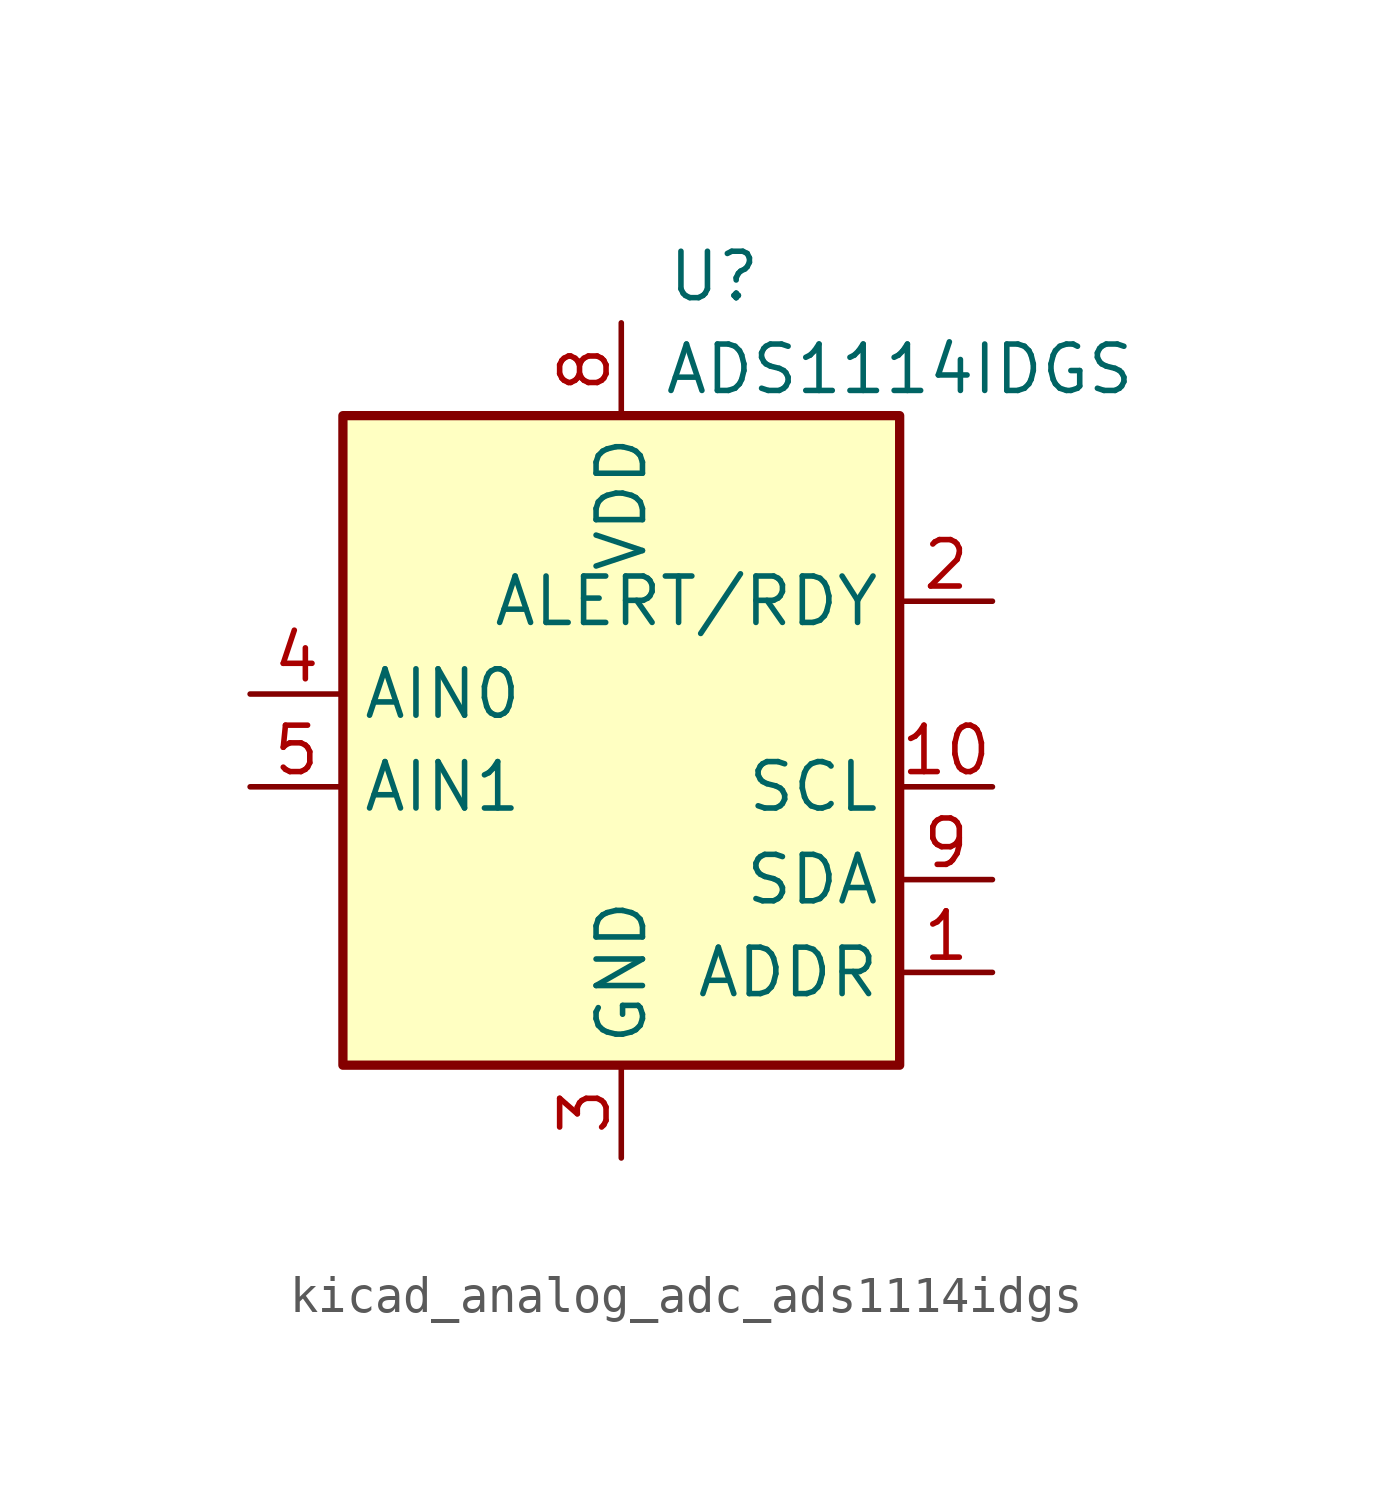
<source format=kicad_sym>
(kicad_symbol_lib
  (version 20220914)
  (generator kicad_symbol_editor)
  (symbol "kicad_analog_adc_ads1114idgs"
    (property "Reference" "U"
      (at 2.54 13.97 0)
      (effects (font (size 1.27 1.27))))
    (property "Value" "ADS1114IDGS"
      (at 7.62 11.43 0)
      (effects (font (size 1.27 1.27))))
    (symbol "kicad_analog_adc_ads1114idgs_0_1"
      (rectangle (start -7.62 10.16) (end 7.62 -7.62) (stroke (width 0.254) (type default)) (fill (type background))))
    (symbol "kicad_analog_adc_ads1114idgs_1_1"
      (pin input line (at 10.16 -5.08 180) (length 2.54) (name "ADDR" (effects (font (size 1.27 1.27)))) (number "1" (effects (font (size 1.27 1.27)))))
      (pin input line (at 10.16 0 180) (length 2.54) (name "SCL" (effects (font (size 1.27 1.27)))) (number "10" (effects (font (size 1.27 1.27)))))
      (pin output line (at 10.16 5.08 180) (length 2.54) (name "ALERT/RDY" (effects (font (size 1.27 1.27)))) (number "2" (effects (font (size 1.27 1.27)))))
      (pin power_in line (at 0 -10.16 90) (length 2.54) (name "GND" (effects (font (size 1.27 1.27)))) (number "3" (effects (font (size 1.27 1.27)))))
      (pin input line (at -10.16 2.54 0) (length 2.54) (name "AIN0" (effects (font (size 1.27 1.27)))) (number "4" (effects (font (size 1.27 1.27)))))
      (pin input line (at -10.16 0 0) (length 2.54) (name "AIN1" (effects (font (size 1.27 1.27)))) (number "5" (effects (font (size 1.27 1.27)))))
      (pin no_connect line (at -7.62 7.62 0) (length 2.54) hide (name "~" (effects (font (size 1.27 1.27)))) (number "6" (effects (font (size 1.27 1.27)))))
      (pin no_connect line (at -7.62 5.08 0) (length 2.54) hide (name "~" (effects (font (size 1.27 1.27)))) (number "7" (effects (font (size 1.27 1.27)))))
      (pin power_in line (at 0 12.7 270) (length 2.54) (name "VDD" (effects (font (size 1.27 1.27)))) (number "8" (effects (font (size 1.27 1.27)))))
      (pin bidirectional line (at 10.16 -2.54 180) (length 2.54) (name "SDA" (effects (font (size 1.27 1.27)))) (number "9" (effects (font (size 1.27 1.27))))))))
</source>
